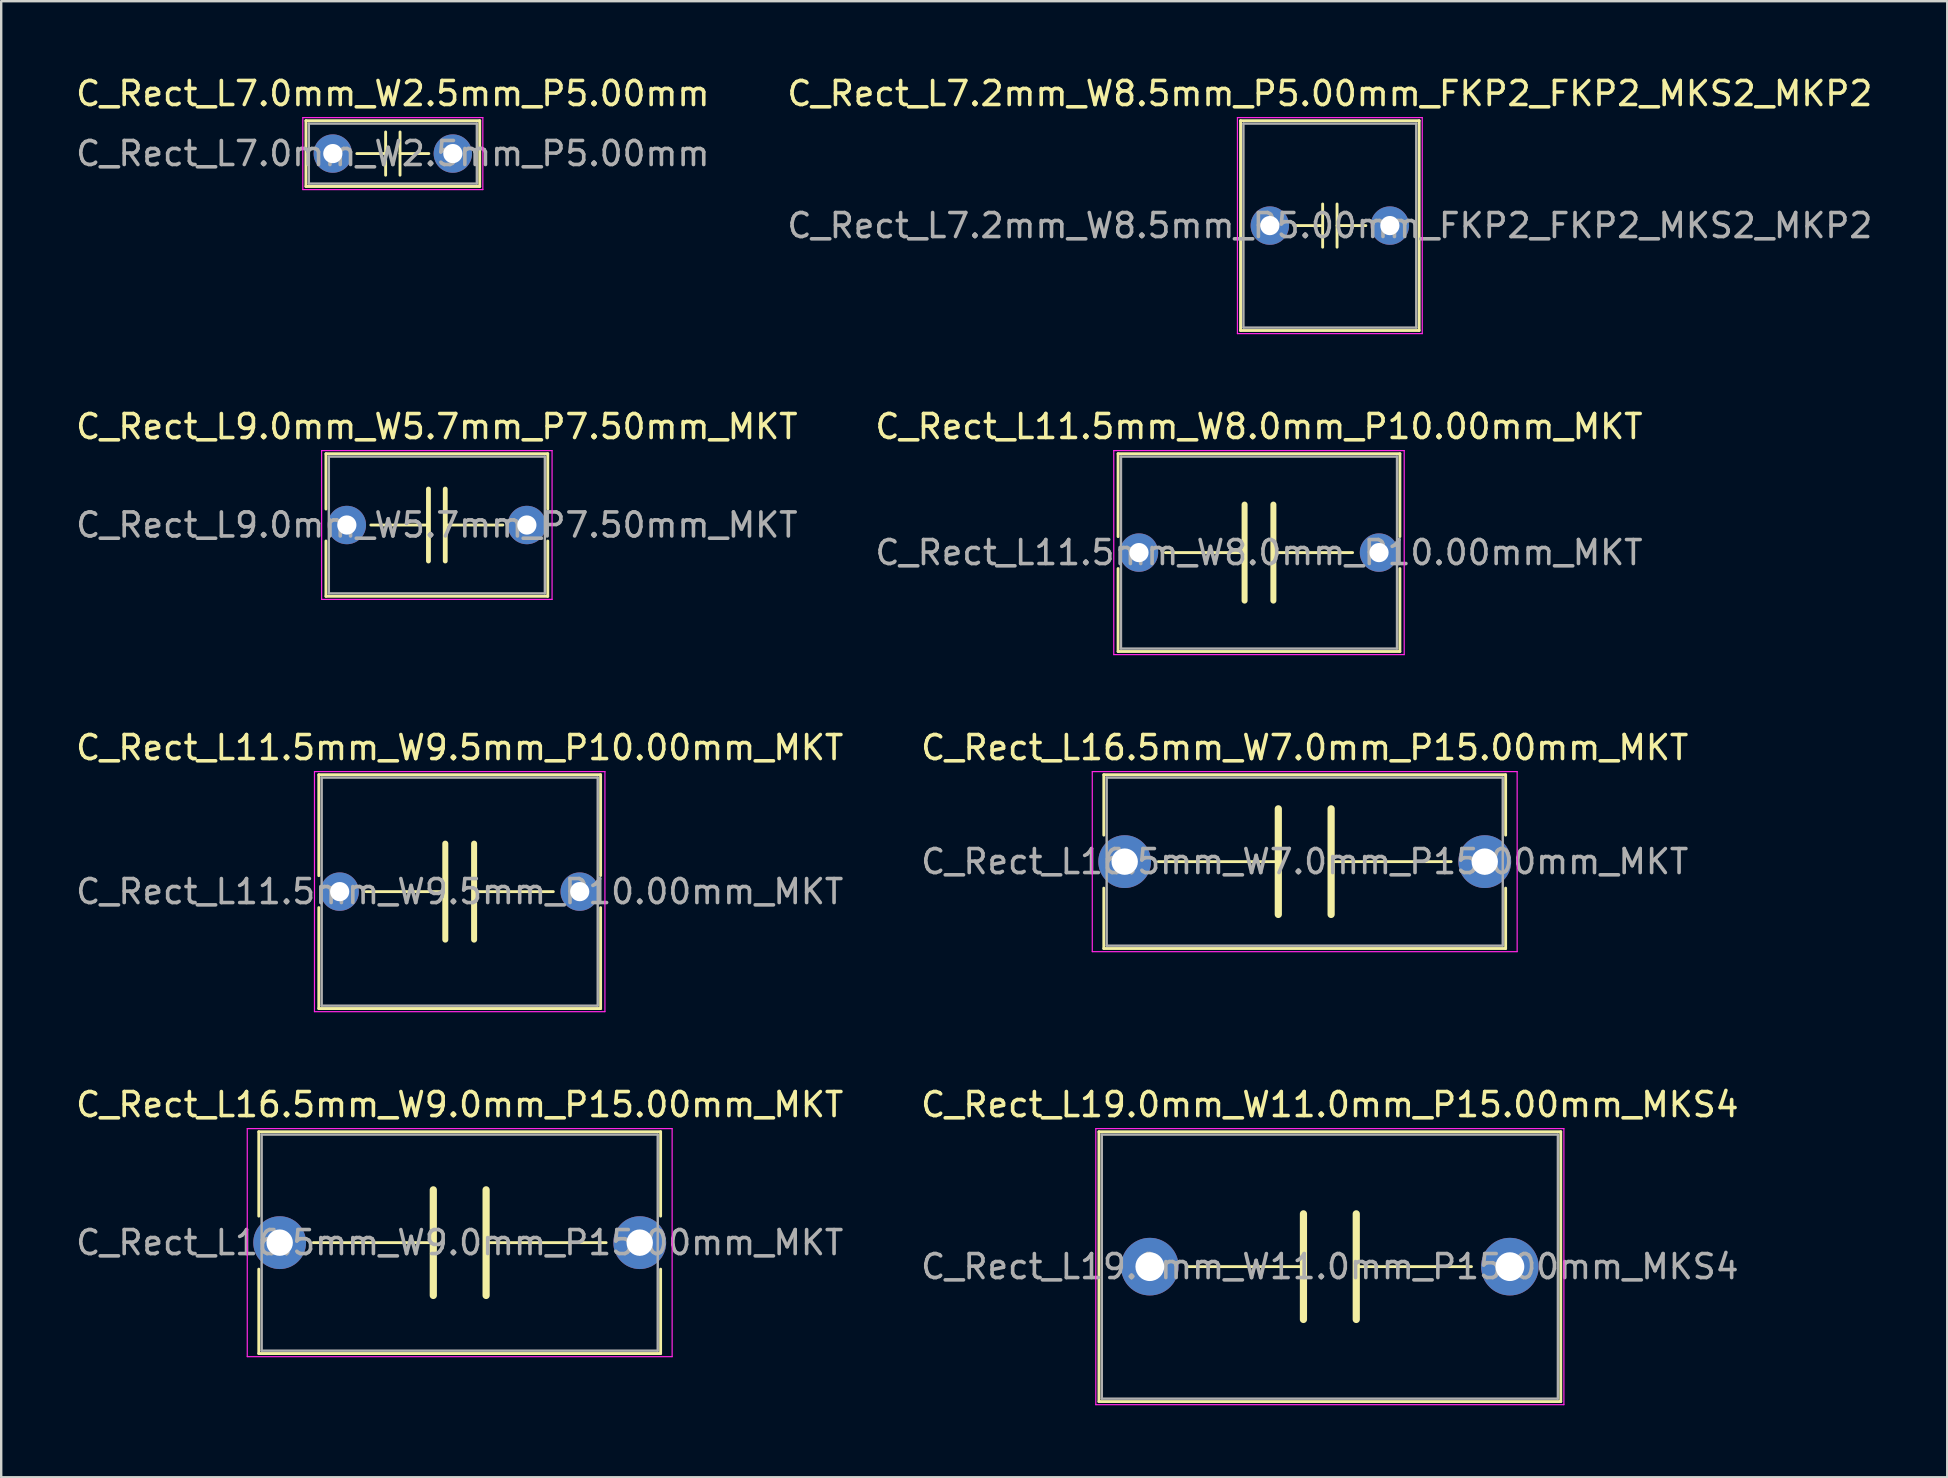
<source format=kicad_pcb>
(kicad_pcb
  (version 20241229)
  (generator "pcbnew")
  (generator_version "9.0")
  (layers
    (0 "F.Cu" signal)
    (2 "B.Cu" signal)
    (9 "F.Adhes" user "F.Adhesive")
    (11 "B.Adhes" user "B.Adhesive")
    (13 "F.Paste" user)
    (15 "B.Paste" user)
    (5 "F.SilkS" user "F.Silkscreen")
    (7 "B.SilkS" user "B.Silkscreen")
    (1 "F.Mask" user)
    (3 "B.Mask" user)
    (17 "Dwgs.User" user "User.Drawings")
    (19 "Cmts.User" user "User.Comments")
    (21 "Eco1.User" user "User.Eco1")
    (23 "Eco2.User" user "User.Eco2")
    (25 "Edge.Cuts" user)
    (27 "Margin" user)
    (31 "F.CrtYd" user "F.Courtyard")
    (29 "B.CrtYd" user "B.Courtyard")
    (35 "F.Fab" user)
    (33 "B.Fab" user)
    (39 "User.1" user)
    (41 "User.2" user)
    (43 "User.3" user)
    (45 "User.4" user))
  (footprint "C_Rect_L7.0mm_W2.5mm_P5.00mm"
    (layer "F.Cu")
    (at 10.815 3.348)
    (property "Reference" "C_Rect_L7.0mm_W2.5mm_P5.00mm" (at 2.5 -2.5 0) (layer "F.SilkS") (effects (font (size 1 1) (thickness 0.15))))
    (attr through_hole)
    (fp_line (start -1.12 -1.37) (end -1.12 1.37) (stroke (width 0.12) (type solid)) (layer "F.SilkS"))
    (fp_line (start -1.12 -1.37) (end 6.12 -1.37) (stroke (width 0.12) (type solid)) (layer "F.SilkS"))
    (fp_line (start -1.12 1.37) (end 6.12 1.37) (stroke (width 0.12) (type solid)) (layer "F.SilkS"))
    (fp_line (start 1 0) (end 2.2 0) (stroke (width 0.12) (type solid)) (layer "F.SilkS"))
    (fp_line (start 2.2 -0.9) (end 2.2 0.9) (stroke (width 0.12) (type solid)) (layer "F.SilkS"))
    (fp_line (start 2.8 -0.9) (end 2.8 0.9) (stroke (width 0.12) (type solid)) (layer "F.SilkS"))
    (fp_line (start 4 0) (end 2.8 0) (stroke (width 0.12) (type solid)) (layer "F.SilkS"))
    (fp_line (start 6.12 -1.37) (end 6.12 1.37) (stroke (width 0.12) (type solid)) (layer "F.SilkS"))
    (fp_line (start -1.25 -1.5) (end -1.25 1.5) (stroke (width 0.05) (type solid)) (layer "F.CrtYd"))
    (fp_line (start -1.25 1.5) (end 6.25 1.5) (stroke (width 0.05) (type solid)) (layer "F.CrtYd"))
    (fp_line (start 6.25 -1.5) (end -1.25 -1.5) (stroke (width 0.05) (type solid)) (layer "F.CrtYd"))
    (fp_line (start 6.25 1.5) (end 6.25 -1.5) (stroke (width 0.05) (type solid)) (layer "F.CrtYd"))
    (fp_line (start -1 -1.25) (end -1 1.25) (stroke (width 0.1) (type solid)) (layer "F.Fab"))
    (fp_line (start -1 1.25) (end 6 1.25) (stroke (width 0.1) (type solid)) (layer "F.Fab"))
    (fp_line (start 6 -1.25) (end -1 -1.25) (stroke (width 0.1) (type solid)) (layer "F.Fab"))
    (fp_line (start 6 1.25) (end 6 -1.25) (stroke (width 0.1) (type solid)) (layer "F.Fab"))
    (fp_text user "${REFERENCE}" (at 2.5 0 0) (layer "F.Fab") (effects (font (size 1 1) (thickness 0.15))))
    (pad "1" thru_hole circle (at 0 0) (size 1.6 1.6) (drill 0.8) (layers "*.Cu" "*.Mask"))
    (pad "2" thru_hole circle (at 5 0) (size 1.6 1.6) (drill 0.8) (layers "*.Cu" "*.Mask")))
  (footprint "C_Rect_L11.5mm_W9.5mm_P10.00mm_MKT"
    (layer "F.Cu")
    (at 11.101 34.095)
    (property "Reference" "C_Rect_L11.5mm_W9.5mm_P10.00mm_MKT" (at 5 -6 0) (layer "F.SilkS") (effects (font (size 1 1) (thickness 0.15))))
    (attr through_hole)
    (fp_line (start -0.87 -4.87) (end -0.87 -0.665) (stroke (width 0.12) (type solid)) (layer "F.SilkS"))
    (fp_line (start -0.87 -4.87) (end 10.87 -4.87) (stroke (width 0.12) (type solid)) (layer "F.SilkS"))
    (fp_line (start -0.87 0.665) (end -0.87 4.87) (stroke (width 0.12) (type solid)) (layer "F.SilkS"))
    (fp_line (start -0.87 4.87) (end 10.87 4.87) (stroke (width 0.12) (type solid)) (layer "F.SilkS"))
    (fp_line (start 1.1 0) (end 4.4 0) (stroke (width 0.12) (type solid)) (layer "F.SilkS"))
    (fp_line (start 4.4 2) (end 4.4 -2) (stroke (width 0.25) (type solid)) (layer "F.SilkS"))
    (fp_line (start 5.6 2) (end 5.6 -2) (stroke (width 0.25) (type solid)) (layer "F.SilkS"))
    (fp_line (start 8.9 0) (end 5.6 0) (stroke (width 0.12) (type solid)) (layer "F.SilkS"))
    (fp_line (start 10.87 -4.87) (end 10.87 -0.665) (stroke (width 0.12) (type solid)) (layer "F.SilkS"))
    (fp_line (start 10.87 0.665) (end 10.87 4.87) (stroke (width 0.12) (type solid)) (layer "F.SilkS"))
    (fp_line (start -1.05 -5) (end -1.05 5) (stroke (width 0.05) (type solid)) (layer "F.CrtYd"))
    (fp_line (start -1.05 5) (end 11.05 5) (stroke (width 0.05) (type solid)) (layer "F.CrtYd"))
    (fp_line (start 11.05 -5) (end -1.05 -5) (stroke (width 0.05) (type solid)) (layer "F.CrtYd"))
    (fp_line (start 11.05 5) (end 11.05 -5) (stroke (width 0.05) (type solid)) (layer "F.CrtYd"))
    (fp_line (start -0.75 -4.75) (end -0.75 4.75) (stroke (width 0.1) (type solid)) (layer "F.Fab"))
    (fp_line (start -0.75 4.75) (end 10.75 4.75) (stroke (width 0.1) (type solid)) (layer "F.Fab"))
    (fp_line (start 10.75 -4.75) (end -0.75 -4.75) (stroke (width 0.1) (type solid)) (layer "F.Fab"))
    (fp_line (start 10.75 4.75) (end 10.75 -4.75) (stroke (width 0.1) (type solid)) (layer "F.Fab"))
    (fp_text user "${REFERENCE}" (at 5 0 0) (layer "F.Fab") (effects (font (size 1 1) (thickness 0.15))))
    (pad "1" thru_hole circle (at 0 0) (size 1.6 1.6) (drill 0.8) (layers "*.Cu" "*.Mask"))
    (pad "2" thru_hole circle (at 10 0) (size 1.6 1.6) (drill 0.8) (layers "*.Cu" "*.Mask")))
  (footprint "C_Rect_L9.0mm_W5.7mm_P7.50mm_MKT"
    (layer "F.Cu")
    (at 11.399 18.822)
    (property "Reference" "C_Rect_L9.0mm_W5.7mm_P7.50mm_MKT" (at 3.75 -4.1 0) (layer "F.SilkS") (effects (font (size 1 1) (thickness 0.15))))
    (attr through_hole)
    (fp_line (start -0.87 -2.97) (end -0.87 -0.665) (stroke (width 0.12) (type solid)) (layer "F.SilkS"))
    (fp_line (start -0.87 -2.97) (end 8.37 -2.97) (stroke (width 0.12) (type solid)) (layer "F.SilkS"))
    (fp_line (start -0.87 0.665) (end -0.87 2.97) (stroke (width 0.12) (type solid)) (layer "F.SilkS"))
    (fp_line (start -0.87 2.97) (end 8.37 2.97) (stroke (width 0.12) (type solid)) (layer "F.SilkS"))
    (fp_line (start 1 0) (end 3.4 0) (stroke (width 0.12) (type solid)) (layer "F.SilkS"))
    (fp_line (start 3.4 -1.5) (end 3.4 1.5) (stroke (width 0.2) (type solid)) (layer "F.SilkS"))
    (fp_line (start 4.1 -1.5) (end 4.1 1.5) (stroke (width 0.2) (type solid)) (layer "F.SilkS"))
    (fp_line (start 4.1 0) (end 6.5 0) (stroke (width 0.12) (type solid)) (layer "F.SilkS"))
    (fp_line (start 8.37 -2.97) (end 8.37 -0.665) (stroke (width 0.12) (type solid)) (layer "F.SilkS"))
    (fp_line (start 8.37 0.665) (end 8.37 2.97) (stroke (width 0.12) (type solid)) (layer "F.SilkS"))
    (fp_line (start -1.05 -3.1) (end -1.05 3.1) (stroke (width 0.05) (type solid)) (layer "F.CrtYd"))
    (fp_line (start -1.05 3.1) (end 8.55 3.1) (stroke (width 0.05) (type solid)) (layer "F.CrtYd"))
    (fp_line (start 8.55 -3.1) (end -1.05 -3.1) (stroke (width 0.05) (type solid)) (layer "F.CrtYd"))
    (fp_line (start 8.55 3.1) (end 8.55 -3.1) (stroke (width 0.05) (type solid)) (layer "F.CrtYd"))
    (fp_line (start -0.75 -2.85) (end -0.75 2.85) (stroke (width 0.1) (type solid)) (layer "F.Fab"))
    (fp_line (start -0.75 2.85) (end 8.25 2.85) (stroke (width 0.1) (type solid)) (layer "F.Fab"))
    (fp_line (start 8.25 -2.85) (end -0.75 -2.85) (stroke (width 0.1) (type solid)) (layer "F.Fab"))
    (fp_line (start 8.25 2.85) (end 8.25 -2.85) (stroke (width 0.1) (type solid)) (layer "F.Fab"))
    (fp_text user "${REFERENCE}" (at 3.75 0 0) (layer "F.Fab") (effects (font (size 1 1) (thickness 0.15))))
    (pad "1" thru_hole circle (at 0 0) (size 1.6 1.6) (drill 0.8) (layers "*.Cu" "*.Mask"))
    (pad "2" thru_hole circle (at 7.5 0) (size 1.6 1.6) (drill 0.8) (layers "*.Cu" "*.Mask")))
  (footprint "C_Rect_L16.5mm_W9.0mm_P15.00mm_MKT"
    (layer "F.Cu")
    (at 8.601 48.718)
    (property "Reference" "C_Rect_L16.5mm_W9.0mm_P15.00mm_MKT" (at 7.5 -5.75 0) (layer "F.SilkS") (effects (font (size 1 1) (thickness 0.15))))
    (attr through_hole)
    (fp_line (start -0.87 -4.62) (end -0.87 -1.104) (stroke (width 0.12) (type solid)) (layer "F.SilkS"))
    (fp_line (start -0.87 -4.62) (end 15.87 -4.62) (stroke (width 0.12) (type solid)) (layer "F.SilkS"))
    (fp_line (start -0.87 1.104) (end -0.87 4.62) (stroke (width 0.12) (type solid)) (layer "F.SilkS"))
    (fp_line (start -0.87 4.62) (end 15.87 4.62) (stroke (width 0.12) (type solid)) (layer "F.SilkS"))
    (fp_line (start 1.4 0) (end 6.4 0) (stroke (width 0.12) (type solid)) (layer "F.SilkS"))
    (fp_line (start 6.4 -2.2) (end 6.4 2.2) (stroke (width 0.3) (type solid)) (layer "F.SilkS"))
    (fp_line (start 8.6 -2.2) (end 8.6 2.2) (stroke (width 0.3) (type solid)) (layer "F.SilkS"))
    (fp_line (start 8.6 0) (end 13.6 0) (stroke (width 0.12) (type solid)) (layer "F.SilkS"))
    (fp_line (start 15.87 -4.62) (end 15.87 -1.104) (stroke (width 0.12) (type solid)) (layer "F.SilkS"))
    (fp_line (start 15.87 1.104) (end 15.87 4.62) (stroke (width 0.12) (type solid)) (layer "F.SilkS"))
    (fp_line (start -1.35 -4.75) (end -1.35 4.75) (stroke (width 0.05) (type solid)) (layer "F.CrtYd"))
    (fp_line (start -1.35 4.75) (end 16.35 4.75) (stroke (width 0.05) (type solid)) (layer "F.CrtYd"))
    (fp_line (start 16.35 -4.75) (end -1.35 -4.75) (stroke (width 0.05) (type solid)) (layer "F.CrtYd"))
    (fp_line (start 16.35 4.75) (end 16.35 -4.75) (stroke (width 0.05) (type solid)) (layer "F.CrtYd"))
    (fp_line (start -0.75 -4.5) (end -0.75 4.5) (stroke (width 0.1) (type solid)) (layer "F.Fab"))
    (fp_line (start -0.75 4.5) (end 15.75 4.5) (stroke (width 0.1) (type solid)) (layer "F.Fab"))
    (fp_line (start 15.75 -4.5) (end -0.75 -4.5) (stroke (width 0.1) (type solid)) (layer "F.Fab"))
    (fp_line (start 15.75 4.5) (end 15.75 -4.5) (stroke (width 0.1) (type solid)) (layer "F.Fab"))
    (fp_text user "${REFERENCE}" (at 7.5 0 0) (layer "F.Fab") (effects (font (size 1 1) (thickness 0.15))))
    (pad "1" thru_hole circle (at 0 0) (size 2.2 2.2) (drill 1.1) (layers "*.Cu" "*.Mask"))
    (pad "2" thru_hole circle (at 15 0) (size 2.2 2.2) (drill 1.1) (layers "*.Cu" "*.Mask")))
  (footprint "C_Rect_L11.5mm_W8.0mm_P10.00mm_MKT"
    (layer "F.Cu")
    (at 44.399 19.971)
    (property "Reference" "C_Rect_L11.5mm_W8.0mm_P10.00mm_MKT" (at 5 -5.25 0) (layer "F.SilkS") (effects (font (size 1 1) (thickness 0.15))))
    (attr through_hole)
    (fp_line (start -0.87 -4.12) (end -0.87 -0.665) (stroke (width 0.12) (type solid)) (layer "F.SilkS"))
    (fp_line (start -0.87 -4.12) (end 10.87 -4.12) (stroke (width 0.12) (type solid)) (layer "F.SilkS"))
    (fp_line (start -0.87 0.665) (end -0.87 4.12) (stroke (width 0.12) (type solid)) (layer "F.SilkS"))
    (fp_line (start -0.87 4.12) (end 10.87 4.12) (stroke (width 0.12) (type solid)) (layer "F.SilkS"))
    (fp_line (start 1.1 0) (end 4.4 0) (stroke (width 0.12) (type solid)) (layer "F.SilkS"))
    (fp_line (start 4.4 2) (end 4.4 -2) (stroke (width 0.25) (type solid)) (layer "F.SilkS"))
    (fp_line (start 5.6 2) (end 5.6 -2) (stroke (width 0.25) (type solid)) (layer "F.SilkS"))
    (fp_line (start 8.9 0) (end 5.6 0) (stroke (width 0.12) (type solid)) (layer "F.SilkS"))
    (fp_line (start 10.87 -4.12) (end 10.87 -0.665) (stroke (width 0.12) (type solid)) (layer "F.SilkS"))
    (fp_line (start 10.87 0.665) (end 10.87 4.12) (stroke (width 0.12) (type solid)) (layer "F.SilkS"))
    (fp_line (start -1.05 -4.25) (end -1.05 4.25) (stroke (width 0.05) (type solid)) (layer "F.CrtYd"))
    (fp_line (start -1.05 4.25) (end 11.05 4.25) (stroke (width 0.05) (type solid)) (layer "F.CrtYd"))
    (fp_line (start 11.05 -4.25) (end -1.05 -4.25) (stroke (width 0.05) (type solid)) (layer "F.CrtYd"))
    (fp_line (start 11.05 4.25) (end 11.05 -4.25) (stroke (width 0.05) (type solid)) (layer "F.CrtYd"))
    (fp_line (start -0.75 -4) (end -0.75 4) (stroke (width 0.1) (type solid)) (layer "F.Fab"))
    (fp_line (start -0.75 4) (end 10.75 4) (stroke (width 0.1) (type solid)) (layer "F.Fab"))
    (fp_line (start 10.75 -4) (end -0.75 -4) (stroke (width 0.1) (type solid)) (layer "F.Fab"))
    (fp_line (start 10.75 4) (end 10.75 -4) (stroke (width 0.1) (type solid)) (layer "F.Fab"))
    (fp_text user "${REFERENCE}" (at 5 0 0) (layer "F.Fab") (effects (font (size 1 1) (thickness 0.15))))
    (pad "1" thru_hole circle (at 0 0) (size 1.6 1.6) (drill 0.8) (layers "*.Cu" "*.Mask"))
    (pad "2" thru_hole circle (at 10 0) (size 1.6 1.6) (drill 0.8) (layers "*.Cu" "*.Mask")))
  (footprint "C_Rect_L19.0mm_W11.0mm_P15.00mm_MKS4"
    (layer "F.Cu")
    (at 44.851 49.718)
    (property "Reference" "C_Rect_L19.0mm_W11.0mm_P15.00mm_MKS4" (at 7.5 -6.75 0) (layer "F.SilkS") (effects (font (size 1 1) (thickness 0.15))))
    (attr through_hole)
    (fp_line (start -2.12 -5.62) (end -2.12 5.62) (stroke (width 0.12) (type solid)) (layer "F.SilkS"))
    (fp_line (start -2.12 -5.62) (end 17.12 -5.62) (stroke (width 0.12) (type solid)) (layer "F.SilkS"))
    (fp_line (start -2.12 5.62) (end 17.12 5.62) (stroke (width 0.12) (type solid)) (layer "F.SilkS"))
    (fp_line (start 1.6 0) (end 6.4 0) (stroke (width 0.12) (type solid)) (layer "F.SilkS"))
    (fp_line (start 6.4 -2.2) (end 6.4 2.2) (stroke (width 0.3) (type solid)) (layer "F.SilkS"))
    (fp_line (start 8.6 -2.2) (end 8.6 2.2) (stroke (width 0.3) (type solid)) (layer "F.SilkS"))
    (fp_line (start 8.6 0) (end 13.4 0) (stroke (width 0.12) (type solid)) (layer "F.SilkS"))
    (fp_line (start 17.12 -5.62) (end 17.12 5.62) (stroke (width 0.12) (type solid)) (layer "F.SilkS"))
    (fp_line (start -2.25 -5.75) (end -2.25 5.75) (stroke (width 0.05) (type solid)) (layer "F.CrtYd"))
    (fp_line (start -2.25 5.75) (end 17.25 5.75) (stroke (width 0.05) (type solid)) (layer "F.CrtYd"))
    (fp_line (start 17.25 -5.75) (end -2.25 -5.75) (stroke (width 0.05) (type solid)) (layer "F.CrtYd"))
    (fp_line (start 17.25 5.75) (end 17.25 -5.75) (stroke (width 0.05) (type solid)) (layer "F.CrtYd"))
    (fp_line (start -2 -5.5) (end -2 5.5) (stroke (width 0.1) (type solid)) (layer "F.Fab"))
    (fp_line (start -2 5.5) (end 17 5.5) (stroke (width 0.1) (type solid)) (layer "F.Fab"))
    (fp_line (start 17 -5.5) (end -2 -5.5) (stroke (width 0.1) (type solid)) (layer "F.Fab"))
    (fp_line (start 17 5.5) (end 17 -5.5) (stroke (width 0.1) (type solid)) (layer "F.Fab"))
    (fp_text user "${REFERENCE}" (at 7.5 0 0) (layer "F.Fab") (effects (font (size 1 1) (thickness 0.15))))
    (pad "1" thru_hole circle (at 0 0) (size 2.4 2.4) (drill 1.2) (layers "*.Cu" "*.Mask"))
    (pad "2" thru_hole circle (at 15 0) (size 2.4 2.4) (drill 1.2) (layers "*.Cu" "*.Mask")))
  (footprint "C_Rect_L16.5mm_W7.0mm_P15.00mm_MKT"
    (layer "F.Cu")
    (at 43.804 32.845)
    (property "Reference" "C_Rect_L16.5mm_W7.0mm_P15.00mm_MKT" (at 7.5 -4.75 0) (layer "F.SilkS") (effects (font (size 1 1) (thickness 0.15))))
    (attr through_hole)
    (fp_line (start -0.87 -3.62) (end -0.87 -1.104) (stroke (width 0.12) (type solid)) (layer "F.SilkS"))
    (fp_line (start -0.87 -3.62) (end 15.87 -3.62) (stroke (width 0.12) (type solid)) (layer "F.SilkS"))
    (fp_line (start -0.87 1.104) (end -0.87 3.62) (stroke (width 0.12) (type solid)) (layer "F.SilkS"))
    (fp_line (start -0.87 3.62) (end 15.87 3.62) (stroke (width 0.12) (type solid)) (layer "F.SilkS"))
    (fp_line (start 1.4 0) (end 6.4 0) (stroke (width 0.12) (type solid)) (layer "F.SilkS"))
    (fp_line (start 6.4 -2.2) (end 6.4 2.2) (stroke (width 0.3) (type solid)) (layer "F.SilkS"))
    (fp_line (start 8.6 -2.2) (end 8.6 2.2) (stroke (width 0.3) (type solid)) (layer "F.SilkS"))
    (fp_line (start 8.6 0) (end 13.6 0) (stroke (width 0.12) (type solid)) (layer "F.SilkS"))
    (fp_line (start 15.87 -3.62) (end 15.87 -1.104) (stroke (width 0.12) (type solid)) (layer "F.SilkS"))
    (fp_line (start 15.87 1.104) (end 15.87 3.62) (stroke (width 0.12) (type solid)) (layer "F.SilkS"))
    (fp_line (start -1.35 -3.75) (end -1.35 3.75) (stroke (width 0.05) (type solid)) (layer "F.CrtYd"))
    (fp_line (start -1.35 3.75) (end 16.35 3.75) (stroke (width 0.05) (type solid)) (layer "F.CrtYd"))
    (fp_line (start 16.35 -3.75) (end -1.35 -3.75) (stroke (width 0.05) (type solid)) (layer "F.CrtYd"))
    (fp_line (start 16.35 3.75) (end 16.35 -3.75) (stroke (width 0.05) (type solid)) (layer "F.CrtYd"))
    (fp_line (start -0.75 -3.5) (end -0.75 3.5) (stroke (width 0.1) (type solid)) (layer "F.Fab"))
    (fp_line (start -0.75 3.5) (end 15.75 3.5) (stroke (width 0.1) (type solid)) (layer "F.Fab"))
    (fp_line (start 15.75 -3.5) (end -0.75 -3.5) (stroke (width 0.1) (type solid)) (layer "F.Fab"))
    (fp_line (start 15.75 3.5) (end 15.75 -3.5) (stroke (width 0.1) (type solid)) (layer "F.Fab"))
    (fp_text user "${REFERENCE}" (at 7.5 0 0) (layer "F.Fab") (effects (font (size 1 1) (thickness 0.15))))
    (pad "1" thru_hole circle (at 0 0) (size 2.2 2.2) (drill 1.1) (layers "*.Cu" "*.Mask"))
    (pad "2" thru_hole circle (at 15 0) (size 2.2 2.2) (drill 1.1) (layers "*.Cu" "*.Mask")))
  (footprint "C_Rect_L7.2mm_W8.5mm_P5.00mm_FKP2_FKP2_MKS2_MKP2"
    (layer "F.Cu")
    (at 49.851 6.348)
    (property "Reference" "C_Rect_L7.2mm_W8.5mm_P5.00mm_FKP2_FKP2_MKS2_MKP2" (at 2.5 -5.5 0) (layer "F.SilkS") (effects (font (size 1 1) (thickness 0.15))))
    (attr through_hole)
    (fp_line (start -1.22 -4.37) (end -1.22 4.37) (stroke (width 0.12) (type solid)) (layer "F.SilkS"))
    (fp_line (start -1.22 -4.37) (end 6.22 -4.37) (stroke (width 0.12) (type solid)) (layer "F.SilkS"))
    (fp_line (start -1.22 4.37) (end 6.22 4.37) (stroke (width 0.12) (type solid)) (layer "F.SilkS"))
    (fp_line (start 1 0) (end 2.2 0) (stroke (width 0.12) (type solid)) (layer "F.SilkS"))
    (fp_line (start 2.2 -0.9) (end 2.2 0.9) (stroke (width 0.12) (type solid)) (layer "F.SilkS"))
    (fp_line (start 2.8 -0.9) (end 2.8 0.9) (stroke (width 0.12) (type solid)) (layer "F.SilkS"))
    (fp_line (start 4 0) (end 2.8 0) (stroke (width 0.12) (type solid)) (layer "F.SilkS"))
    (fp_line (start 6.22 -4.37) (end 6.22 4.37) (stroke (width 0.12) (type solid)) (layer "F.SilkS"))
    (fp_line (start -1.35 -4.5) (end -1.35 4.5) (stroke (width 0.05) (type solid)) (layer "F.CrtYd"))
    (fp_line (start -1.35 4.5) (end 6.35 4.5) (stroke (width 0.05) (type solid)) (layer "F.CrtYd"))
    (fp_line (start 6.35 -4.5) (end -1.35 -4.5) (stroke (width 0.05) (type solid)) (layer "F.CrtYd"))
    (fp_line (start 6.35 4.5) (end 6.35 -4.5) (stroke (width 0.05) (type solid)) (layer "F.CrtYd"))
    (fp_line (start -1.1 -4.25) (end -1.1 4.25) (stroke (width 0.1) (type solid)) (layer "F.Fab"))
    (fp_line (start -1.1 4.25) (end 6.1 4.25) (stroke (width 0.1) (type solid)) (layer "F.Fab"))
    (fp_line (start 6.1 -4.25) (end -1.1 -4.25) (stroke (width 0.1) (type solid)) (layer "F.Fab"))
    (fp_line (start 6.1 4.25) (end 6.1 -4.25) (stroke (width 0.1) (type solid)) (layer "F.Fab"))
    (fp_text user "${REFERENCE}" (at 2.5 0 0) (layer "F.Fab") (effects (font (size 1 1) (thickness 0.15))))
    (pad "1" thru_hole circle (at 0 0) (size 1.6 1.6) (drill 0.8) (layers "*.Cu" "*.Mask"))
    (pad "2" thru_hole circle (at 5 0) (size 1.6 1.6) (drill 0.8) (layers "*.Cu" "*.Mask")))
  (gr_rect
    (start -3 -3)
    (end 78.071 58.493)
    (stroke (width 0.1) (type default))
    (fill no)
    (layer "Edge.Cuts")))
</source>
